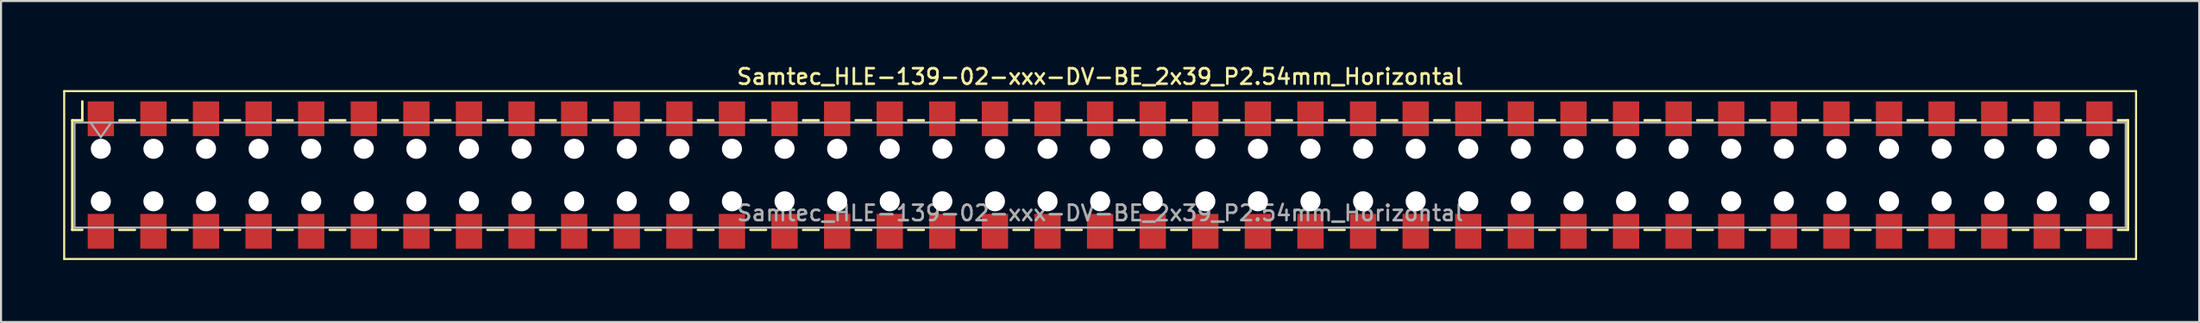
<source format=kicad_pcb>
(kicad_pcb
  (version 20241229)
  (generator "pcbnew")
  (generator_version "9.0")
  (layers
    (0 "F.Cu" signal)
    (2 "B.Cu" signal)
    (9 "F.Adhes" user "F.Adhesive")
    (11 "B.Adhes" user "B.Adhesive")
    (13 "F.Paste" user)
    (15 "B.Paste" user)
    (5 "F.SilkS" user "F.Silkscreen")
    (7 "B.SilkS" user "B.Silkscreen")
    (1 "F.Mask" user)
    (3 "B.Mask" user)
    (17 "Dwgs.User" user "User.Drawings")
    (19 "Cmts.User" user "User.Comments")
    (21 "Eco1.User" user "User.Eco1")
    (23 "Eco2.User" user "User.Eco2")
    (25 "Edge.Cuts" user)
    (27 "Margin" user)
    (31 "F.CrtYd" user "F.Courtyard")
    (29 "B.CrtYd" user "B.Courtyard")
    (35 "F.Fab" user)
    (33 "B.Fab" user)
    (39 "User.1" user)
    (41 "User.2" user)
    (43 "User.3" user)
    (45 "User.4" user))
  (footprint "Samtec_HLE-139-02-xxx-DV-BE_2x39_P2.54mm_Horizontal"
    (layer "F.Cu")
    (at 50.08 5.418)
    (property "Reference" "Samtec_HLE-139-02-xxx-DV-BE_2x39_P2.54mm_Horizontal" (at 0 -4.76 0) (layer "F.SilkS") (effects (font (size 0.75 0.75) (thickness 0.125))))
    (attr smd)
    (fp_line (start -50.03 -4.06) (end 50.03 -4.06) (stroke (width 0.1) (type solid)) (layer "F.SilkS"))
    (fp_line (start -50.03 4.06) (end -50.03 -4.06) (stroke (width 0.1) (type solid)) (layer "F.SilkS"))
    (fp_line (start -49.64 -2.65) (end -49.64 2.65) (stroke (width 0.12) (type solid)) (layer "F.SilkS"))
    (fp_line (start -49.64 2.65) (end -49.155 2.65) (stroke (width 0.12) (type solid)) (layer "F.SilkS"))
    (fp_line (start -49.155 -3.56) (end -49.155 -2.65) (stroke (width 0.12) (type solid)) (layer "F.SilkS"))
    (fp_line (start -49.155 -2.65) (end -49.64 -2.65) (stroke (width 0.12) (type solid)) (layer "F.SilkS"))
    (fp_line (start -47.365 -2.65) (end -46.615 -2.65) (stroke (width 0.12) (type solid)) (layer "F.SilkS"))
    (fp_line (start -47.365 2.65) (end -46.615 2.65) (stroke (width 0.12) (type solid)) (layer "F.SilkS"))
    (fp_line (start -44.825 -2.65) (end -44.075 -2.65) (stroke (width 0.12) (type solid)) (layer "F.SilkS"))
    (fp_line (start -44.825 2.65) (end -44.075 2.65) (stroke (width 0.12) (type solid)) (layer "F.SilkS"))
    (fp_line (start -42.285 -2.65) (end -41.535 -2.65) (stroke (width 0.12) (type solid)) (layer "F.SilkS"))
    (fp_line (start -42.285 2.65) (end -41.535 2.65) (stroke (width 0.12) (type solid)) (layer "F.SilkS"))
    (fp_line (start -39.745 -2.65) (end -38.995 -2.65) (stroke (width 0.12) (type solid)) (layer "F.SilkS"))
    (fp_line (start -39.745 2.65) (end -38.995 2.65) (stroke (width 0.12) (type solid)) (layer "F.SilkS"))
    (fp_line (start -37.205 -2.65) (end -36.455 -2.65) (stroke (width 0.12) (type solid)) (layer "F.SilkS"))
    (fp_line (start -37.205 2.65) (end -36.455 2.65) (stroke (width 0.12) (type solid)) (layer "F.SilkS"))
    (fp_line (start -34.665 -2.65) (end -33.915 -2.65) (stroke (width 0.12) (type solid)) (layer "F.SilkS"))
    (fp_line (start -34.665 2.65) (end -33.915 2.65) (stroke (width 0.12) (type solid)) (layer "F.SilkS"))
    (fp_line (start -32.125 -2.65) (end -31.375 -2.65) (stroke (width 0.12) (type solid)) (layer "F.SilkS"))
    (fp_line (start -32.125 2.65) (end -31.375 2.65) (stroke (width 0.12) (type solid)) (layer "F.SilkS"))
    (fp_line (start -29.585 -2.65) (end -28.835 -2.65) (stroke (width 0.12) (type solid)) (layer "F.SilkS"))
    (fp_line (start -29.585 2.65) (end -28.835 2.65) (stroke (width 0.12) (type solid)) (layer "F.SilkS"))
    (fp_line (start -27.045 -2.65) (end -26.295 -2.65) (stroke (width 0.12) (type solid)) (layer "F.SilkS"))
    (fp_line (start -27.045 2.65) (end -26.295 2.65) (stroke (width 0.12) (type solid)) (layer "F.SilkS"))
    (fp_line (start -24.505 -2.65) (end -23.755 -2.65) (stroke (width 0.12) (type solid)) (layer "F.SilkS"))
    (fp_line (start -24.505 2.65) (end -23.755 2.65) (stroke (width 0.12) (type solid)) (layer "F.SilkS"))
    (fp_line (start -21.965 -2.65) (end -21.215 -2.65) (stroke (width 0.12) (type solid)) (layer "F.SilkS"))
    (fp_line (start -21.965 2.65) (end -21.215 2.65) (stroke (width 0.12) (type solid)) (layer "F.SilkS"))
    (fp_line (start -19.425 -2.65) (end -18.675 -2.65) (stroke (width 0.12) (type solid)) (layer "F.SilkS"))
    (fp_line (start -19.425 2.65) (end -18.675 2.65) (stroke (width 0.12) (type solid)) (layer "F.SilkS"))
    (fp_line (start -16.885 -2.65) (end -16.135 -2.65) (stroke (width 0.12) (type solid)) (layer "F.SilkS"))
    (fp_line (start -16.885 2.65) (end -16.135 2.65) (stroke (width 0.12) (type solid)) (layer "F.SilkS"))
    (fp_line (start -14.345 -2.65) (end -13.595 -2.65) (stroke (width 0.12) (type solid)) (layer "F.SilkS"))
    (fp_line (start -14.345 2.65) (end -13.595 2.65) (stroke (width 0.12) (type solid)) (layer "F.SilkS"))
    (fp_line (start -11.805 -2.65) (end -11.055 -2.65) (stroke (width 0.12) (type solid)) (layer "F.SilkS"))
    (fp_line (start -11.805 2.65) (end -11.055 2.65) (stroke (width 0.12) (type solid)) (layer "F.SilkS"))
    (fp_line (start -9.265 -2.65) (end -8.515 -2.65) (stroke (width 0.12) (type solid)) (layer "F.SilkS"))
    (fp_line (start -9.265 2.65) (end -8.515 2.65) (stroke (width 0.12) (type solid)) (layer "F.SilkS"))
    (fp_line (start -6.725 -2.65) (end -5.975 -2.65) (stroke (width 0.12) (type solid)) (layer "F.SilkS"))
    (fp_line (start -6.725 2.65) (end -5.975 2.65) (stroke (width 0.12) (type solid)) (layer "F.SilkS"))
    (fp_line (start -4.185 -2.65) (end -3.435 -2.65) (stroke (width 0.12) (type solid)) (layer "F.SilkS"))
    (fp_line (start -4.185 2.65) (end -3.435 2.65) (stroke (width 0.12) (type solid)) (layer "F.SilkS"))
    (fp_line (start -1.645 -2.65) (end -0.895 -2.65) (stroke (width 0.12) (type solid)) (layer "F.SilkS"))
    (fp_line (start -1.645 2.65) (end -0.895 2.65) (stroke (width 0.12) (type solid)) (layer "F.SilkS"))
    (fp_line (start 0.895 -2.65) (end 1.645 -2.65) (stroke (width 0.12) (type solid)) (layer "F.SilkS"))
    (fp_line (start 0.895 2.65) (end 1.645 2.65) (stroke (width 0.12) (type solid)) (layer "F.SilkS"))
    (fp_line (start 3.435 -2.65) (end 4.185 -2.65) (stroke (width 0.12) (type solid)) (layer "F.SilkS"))
    (fp_line (start 3.435 2.65) (end 4.185 2.65) (stroke (width 0.12) (type solid)) (layer "F.SilkS"))
    (fp_line (start 5.975 -2.65) (end 6.725 -2.65) (stroke (width 0.12) (type solid)) (layer "F.SilkS"))
    (fp_line (start 5.975 2.65) (end 6.725 2.65) (stroke (width 0.12) (type solid)) (layer "F.SilkS"))
    (fp_line (start 8.515 -2.65) (end 9.265 -2.65) (stroke (width 0.12) (type solid)) (layer "F.SilkS"))
    (fp_line (start 8.515 2.65) (end 9.265 2.65) (stroke (width 0.12) (type solid)) (layer "F.SilkS"))
    (fp_line (start 11.055 -2.65) (end 11.805 -2.65) (stroke (width 0.12) (type solid)) (layer "F.SilkS"))
    (fp_line (start 11.055 2.65) (end 11.805 2.65) (stroke (width 0.12) (type solid)) (layer "F.SilkS"))
    (fp_line (start 13.595 -2.65) (end 14.345 -2.65) (stroke (width 0.12) (type solid)) (layer "F.SilkS"))
    (fp_line (start 13.595 2.65) (end 14.345 2.65) (stroke (width 0.12) (type solid)) (layer "F.SilkS"))
    (fp_line (start 16.135 -2.65) (end 16.885 -2.65) (stroke (width 0.12) (type solid)) (layer "F.SilkS"))
    (fp_line (start 16.135 2.65) (end 16.885 2.65) (stroke (width 0.12) (type solid)) (layer "F.SilkS"))
    (fp_line (start 18.675 -2.65) (end 19.425 -2.65) (stroke (width 0.12) (type solid)) (layer "F.SilkS"))
    (fp_line (start 18.675 2.65) (end 19.425 2.65) (stroke (width 0.12) (type solid)) (layer "F.SilkS"))
    (fp_line (start 21.215 -2.65) (end 21.965 -2.65) (stroke (width 0.12) (type solid)) (layer "F.SilkS"))
    (fp_line (start 21.215 2.65) (end 21.965 2.65) (stroke (width 0.12) (type solid)) (layer "F.SilkS"))
    (fp_line (start 23.755 -2.65) (end 24.505 -2.65) (stroke (width 0.12) (type solid)) (layer "F.SilkS"))
    (fp_line (start 23.755 2.65) (end 24.505 2.65) (stroke (width 0.12) (type solid)) (layer "F.SilkS"))
    (fp_line (start 26.295 -2.65) (end 27.045 -2.65) (stroke (width 0.12) (type solid)) (layer "F.SilkS"))
    (fp_line (start 26.295 2.65) (end 27.045 2.65) (stroke (width 0.12) (type solid)) (layer "F.SilkS"))
    (fp_line (start 28.835 -2.65) (end 29.585 -2.65) (stroke (width 0.12) (type solid)) (layer "F.SilkS"))
    (fp_line (start 28.835 2.65) (end 29.585 2.65) (stroke (width 0.12) (type solid)) (layer "F.SilkS"))
    (fp_line (start 31.375 -2.65) (end 32.125 -2.65) (stroke (width 0.12) (type solid)) (layer "F.SilkS"))
    (fp_line (start 31.375 2.65) (end 32.125 2.65) (stroke (width 0.12) (type solid)) (layer "F.SilkS"))
    (fp_line (start 33.915 -2.65) (end 34.665 -2.65) (stroke (width 0.12) (type solid)) (layer "F.SilkS"))
    (fp_line (start 33.915 2.65) (end 34.665 2.65) (stroke (width 0.12) (type solid)) (layer "F.SilkS"))
    (fp_line (start 36.455 -2.65) (end 37.205 -2.65) (stroke (width 0.12) (type solid)) (layer "F.SilkS"))
    (fp_line (start 36.455 2.65) (end 37.205 2.65) (stroke (width 0.12) (type solid)) (layer "F.SilkS"))
    (fp_line (start 38.995 -2.65) (end 39.745 -2.65) (stroke (width 0.12) (type solid)) (layer "F.SilkS"))
    (fp_line (start 38.995 2.65) (end 39.745 2.65) (stroke (width 0.12) (type solid)) (layer "F.SilkS"))
    (fp_line (start 41.535 -2.65) (end 42.285 -2.65) (stroke (width 0.12) (type solid)) (layer "F.SilkS"))
    (fp_line (start 41.535 2.65) (end 42.285 2.65) (stroke (width 0.12) (type solid)) (layer "F.SilkS"))
    (fp_line (start 44.075 -2.65) (end 44.825 -2.65) (stroke (width 0.12) (type solid)) (layer "F.SilkS"))
    (fp_line (start 44.075 2.65) (end 44.825 2.65) (stroke (width 0.12) (type solid)) (layer "F.SilkS"))
    (fp_line (start 46.615 -2.65) (end 47.365 -2.65) (stroke (width 0.12) (type solid)) (layer "F.SilkS"))
    (fp_line (start 46.615 2.65) (end 47.365 2.65) (stroke (width 0.12) (type solid)) (layer "F.SilkS"))
    (fp_line (start 49.155 -2.65) (end 49.64 -2.65) (stroke (width 0.12) (type solid)) (layer "F.SilkS"))
    (fp_line (start 49.64 -2.65) (end 49.64 2.65) (stroke (width 0.12) (type solid)) (layer "F.SilkS"))
    (fp_line (start 49.64 2.65) (end 49.155 2.65) (stroke (width 0.12) (type solid)) (layer "F.SilkS"))
    (fp_line (start 50.03 -4.06) (end 50.03 4.06) (stroke (width 0.1) (type solid)) (layer "F.SilkS"))
    (fp_line (start 50.03 4.06) (end -50.03 4.06) (stroke (width 0.1) (type solid)) (layer "F.SilkS"))
    (fp_line (start -49.53 -2.54) (end 49.53 -2.54) (stroke (width 0.1) (type solid)) (layer "F.Fab"))
    (fp_line (start -49.53 2.54) (end -49.53 -2.54) (stroke (width 0.1) (type solid)) (layer "F.Fab"))
    (fp_line (start -48.76 -2.54) (end -48.26 -1.833) (stroke (width 0.1) (type solid)) (layer "F.Fab"))
    (fp_line (start -48.26 -1.833) (end -47.76 -2.54) (stroke (width 0.1) (type solid)) (layer "F.Fab"))
    (fp_line (start 49.53 -2.54) (end 49.53 2.54) (stroke (width 0.1) (type solid)) (layer "F.Fab"))
    (fp_line (start 49.53 2.54) (end -49.53 2.54) (stroke (width 0.1) (type solid)) (layer "F.Fab"))
    (fp_text user "${REFERENCE}" (at 0 1.84 0) (layer "F.Fab") (effects (font (size 0.75 0.75) (thickness 0.125))))
    (pad "" np_thru_hole circle (at -48.26 -1.27) (size 0.97 0.97) (drill 0.97) (layers "*.Cu" "*.Mask"))
    (pad "" np_thru_hole circle (at -48.26 1.27) (size 0.97 0.97) (drill 0.97) (layers "*.Cu" "*.Mask"))
    (pad "" np_thru_hole circle (at -45.72 -1.27) (size 0.97 0.97) (drill 0.97) (layers "*.Cu" "*.Mask"))
    (pad "" np_thru_hole circle (at -45.72 1.27) (size 0.97 0.97) (drill 0.97) (layers "*.Cu" "*.Mask"))
    (pad "" np_thru_hole circle (at -43.18 -1.27) (size 0.97 0.97) (drill 0.97) (layers "*.Cu" "*.Mask"))
    (pad "" np_thru_hole circle (at -43.18 1.27) (size 0.97 0.97) (drill 0.97) (layers "*.Cu" "*.Mask"))
    (pad "" np_thru_hole circle (at -40.64 -1.27) (size 0.97 0.97) (drill 0.97) (layers "*.Cu" "*.Mask"))
    (pad "" np_thru_hole circle (at -40.64 1.27) (size 0.97 0.97) (drill 0.97) (layers "*.Cu" "*.Mask"))
    (pad "" np_thru_hole circle (at -38.1 -1.27) (size 0.97 0.97) (drill 0.97) (layers "*.Cu" "*.Mask"))
    (pad "" np_thru_hole circle (at -38.1 1.27) (size 0.97 0.97) (drill 0.97) (layers "*.Cu" "*.Mask"))
    (pad "" np_thru_hole circle (at -35.56 -1.27) (size 0.97 0.97) (drill 0.97) (layers "*.Cu" "*.Mask"))
    (pad "" np_thru_hole circle (at -35.56 1.27) (size 0.97 0.97) (drill 0.97) (layers "*.Cu" "*.Mask"))
    (pad "" np_thru_hole circle (at -33.02 -1.27) (size 0.97 0.97) (drill 0.97) (layers "*.Cu" "*.Mask"))
    (pad "" np_thru_hole circle (at -33.02 1.27) (size 0.97 0.97) (drill 0.97) (layers "*.Cu" "*.Mask"))
    (pad "" np_thru_hole circle (at -30.48 -1.27) (size 0.97 0.97) (drill 0.97) (layers "*.Cu" "*.Mask"))
    (pad "" np_thru_hole circle (at -30.48 1.27) (size 0.97 0.97) (drill 0.97) (layers "*.Cu" "*.Mask"))
    (pad "" np_thru_hole circle (at -27.94 -1.27) (size 0.97 0.97) (drill 0.97) (layers "*.Cu" "*.Mask"))
    (pad "" np_thru_hole circle (at -27.94 1.27) (size 0.97 0.97) (drill 0.97) (layers "*.Cu" "*.Mask"))
    (pad "" np_thru_hole circle (at -25.4 -1.27) (size 0.97 0.97) (drill 0.97) (layers "*.Cu" "*.Mask"))
    (pad "" np_thru_hole circle (at -25.4 1.27) (size 0.97 0.97) (drill 0.97) (layers "*.Cu" "*.Mask"))
    (pad "" np_thru_hole circle (at -22.86 -1.27) (size 0.97 0.97) (drill 0.97) (layers "*.Cu" "*.Mask"))
    (pad "" np_thru_hole circle (at -22.86 1.27) (size 0.97 0.97) (drill 0.97) (layers "*.Cu" "*.Mask"))
    (pad "" np_thru_hole circle (at -20.32 -1.27) (size 0.97 0.97) (drill 0.97) (layers "*.Cu" "*.Mask"))
    (pad "" np_thru_hole circle (at -20.32 1.27) (size 0.97 0.97) (drill 0.97) (layers "*.Cu" "*.Mask"))
    (pad "" np_thru_hole circle (at -17.78 -1.27) (size 0.97 0.97) (drill 0.97) (layers "*.Cu" "*.Mask"))
    (pad "" np_thru_hole circle (at -17.78 1.27) (size 0.97 0.97) (drill 0.97) (layers "*.Cu" "*.Mask"))
    (pad "" np_thru_hole circle (at -15.24 -1.27) (size 0.97 0.97) (drill 0.97) (layers "*.Cu" "*.Mask"))
    (pad "" np_thru_hole circle (at -15.24 1.27) (size 0.97 0.97) (drill 0.97) (layers "*.Cu" "*.Mask"))
    (pad "" np_thru_hole circle (at -12.7 -1.27) (size 0.97 0.97) (drill 0.97) (layers "*.Cu" "*.Mask"))
    (pad "" np_thru_hole circle (at -12.7 1.27) (size 0.97 0.97) (drill 0.97) (layers "*.Cu" "*.Mask"))
    (pad "" np_thru_hole circle (at -10.16 -1.27) (size 0.97 0.97) (drill 0.97) (layers "*.Cu" "*.Mask"))
    (pad "" np_thru_hole circle (at -10.16 1.27) (size 0.97 0.97) (drill 0.97) (layers "*.Cu" "*.Mask"))
    (pad "" np_thru_hole circle (at -7.62 -1.27) (size 0.97 0.97) (drill 0.97) (layers "*.Cu" "*.Mask"))
    (pad "" np_thru_hole circle (at -7.62 1.27) (size 0.97 0.97) (drill 0.97) (layers "*.Cu" "*.Mask"))
    (pad "" np_thru_hole circle (at -5.08 -1.27) (size 0.97 0.97) (drill 0.97) (layers "*.Cu" "*.Mask"))
    (pad "" np_thru_hole circle (at -5.08 1.27) (size 0.97 0.97) (drill 0.97) (layers "*.Cu" "*.Mask"))
    (pad "" np_thru_hole circle (at -2.54 -1.27) (size 0.97 0.97) (drill 0.97) (layers "*.Cu" "*.Mask"))
    (pad "" np_thru_hole circle (at -2.54 1.27) (size 0.97 0.97) (drill 0.97) (layers "*.Cu" "*.Mask"))
    (pad "" np_thru_hole circle (at 0 -1.27) (size 0.97 0.97) (drill 0.97) (layers "*.Cu" "*.Mask"))
    (pad "" np_thru_hole circle (at 0 1.27) (size 0.97 0.97) (drill 0.97) (layers "*.Cu" "*.Mask"))
    (pad "" np_thru_hole circle (at 2.54 -1.27) (size 0.97 0.97) (drill 0.97) (layers "*.Cu" "*.Mask"))
    (pad "" np_thru_hole circle (at 2.54 1.27) (size 0.97 0.97) (drill 0.97) (layers "*.Cu" "*.Mask"))
    (pad "" np_thru_hole circle (at 5.08 -1.27) (size 0.97 0.97) (drill 0.97) (layers "*.Cu" "*.Mask"))
    (pad "" np_thru_hole circle (at 5.08 1.27) (size 0.97 0.97) (drill 0.97) (layers "*.Cu" "*.Mask"))
    (pad "" np_thru_hole circle (at 7.62 -1.27) (size 0.97 0.97) (drill 0.97) (layers "*.Cu" "*.Mask"))
    (pad "" np_thru_hole circle (at 7.62 1.27) (size 0.97 0.97) (drill 0.97) (layers "*.Cu" "*.Mask"))
    (pad "" np_thru_hole circle (at 10.16 -1.27) (size 0.97 0.97) (drill 0.97) (layers "*.Cu" "*.Mask"))
    (pad "" np_thru_hole circle (at 10.16 1.27) (size 0.97 0.97) (drill 0.97) (layers "*.Cu" "*.Mask"))
    (pad "" np_thru_hole circle (at 12.7 -1.27) (size 0.97 0.97) (drill 0.97) (layers "*.Cu" "*.Mask"))
    (pad "" np_thru_hole circle (at 12.7 1.27) (size 0.97 0.97) (drill 0.97) (layers "*.Cu" "*.Mask"))
    (pad "" np_thru_hole circle (at 15.24 -1.27) (size 0.97 0.97) (drill 0.97) (layers "*.Cu" "*.Mask"))
    (pad "" np_thru_hole circle (at 15.24 1.27) (size 0.97 0.97) (drill 0.97) (layers "*.Cu" "*.Mask"))
    (pad "" np_thru_hole circle (at 17.78 -1.27) (size 0.97 0.97) (drill 0.97) (layers "*.Cu" "*.Mask"))
    (pad "" np_thru_hole circle (at 17.78 1.27) (size 0.97 0.97) (drill 0.97) (layers "*.Cu" "*.Mask"))
    (pad "" np_thru_hole circle (at 20.32 -1.27) (size 0.97 0.97) (drill 0.97) (layers "*.Cu" "*.Mask"))
    (pad "" np_thru_hole circle (at 20.32 1.27) (size 0.97 0.97) (drill 0.97) (layers "*.Cu" "*.Mask"))
    (pad "" np_thru_hole circle (at 22.86 -1.27) (size 0.97 0.97) (drill 0.97) (layers "*.Cu" "*.Mask"))
    (pad "" np_thru_hole circle (at 22.86 1.27) (size 0.97 0.97) (drill 0.97) (layers "*.Cu" "*.Mask"))
    (pad "" np_thru_hole circle (at 25.4 -1.27) (size 0.97 0.97) (drill 0.97) (layers "*.Cu" "*.Mask"))
    (pad "" np_thru_hole circle (at 25.4 1.27) (size 0.97 0.97) (drill 0.97) (layers "*.Cu" "*.Mask"))
    (pad "" np_thru_hole circle (at 27.94 -1.27) (size 0.97 0.97) (drill 0.97) (layers "*.Cu" "*.Mask"))
    (pad "" np_thru_hole circle (at 27.94 1.27) (size 0.97 0.97) (drill 0.97) (layers "*.Cu" "*.Mask"))
    (pad "" np_thru_hole circle (at 30.48 -1.27) (size 0.97 0.97) (drill 0.97) (layers "*.Cu" "*.Mask"))
    (pad "" np_thru_hole circle (at 30.48 1.27) (size 0.97 0.97) (drill 0.97) (layers "*.Cu" "*.Mask"))
    (pad "" np_thru_hole circle (at 33.02 -1.27) (size 0.97 0.97) (drill 0.97) (layers "*.Cu" "*.Mask"))
    (pad "" np_thru_hole circle (at 33.02 1.27) (size 0.97 0.97) (drill 0.97) (layers "*.Cu" "*.Mask"))
    (pad "" np_thru_hole circle (at 35.56 -1.27) (size 0.97 0.97) (drill 0.97) (layers "*.Cu" "*.Mask"))
    (pad "" np_thru_hole circle (at 35.56 1.27) (size 0.97 0.97) (drill 0.97) (layers "*.Cu" "*.Mask"))
    (pad "" np_thru_hole circle (at 38.1 -1.27) (size 0.97 0.97) (drill 0.97) (layers "*.Cu" "*.Mask"))
    (pad "" np_thru_hole circle (at 38.1 1.27) (size 0.97 0.97) (drill 0.97) (layers "*.Cu" "*.Mask"))
    (pad "" np_thru_hole circle (at 40.64 -1.27) (size 0.97 0.97) (drill 0.97) (layers "*.Cu" "*.Mask"))
    (pad "" np_thru_hole circle (at 40.64 1.27) (size 0.97 0.97) (drill 0.97) (layers "*.Cu" "*.Mask"))
    (pad "" np_thru_hole circle (at 43.18 -1.27) (size 0.97 0.97) (drill 0.97) (layers "*.Cu" "*.Mask"))
    (pad "" np_thru_hole circle (at 43.18 1.27) (size 0.97 0.97) (drill 0.97) (layers "*.Cu" "*.Mask"))
    (pad "" np_thru_hole circle (at 45.72 -1.27) (size 0.97 0.97) (drill 0.97) (layers "*.Cu" "*.Mask"))
    (pad "" np_thru_hole circle (at 45.72 1.27) (size 0.97 0.97) (drill 0.97) (layers "*.Cu" "*.Mask"))
    (pad "" np_thru_hole circle (at 48.26 -1.27) (size 0.97 0.97) (drill 0.97) (layers "*.Cu" "*.Mask"))
    (pad "" np_thru_hole circle (at 48.26 1.27) (size 0.97 0.97) (drill 0.97) (layers "*.Cu" "*.Mask"))
    (pad "1" smd rect (at -48.26 -2.72) (size 1.27 1.68) (layers "F.Cu" "F.Mask" "F.Paste"))
    (pad "2" smd rect (at -48.26 2.72) (size 1.27 1.68) (layers "F.Cu" "F.Mask" "F.Paste"))
    (pad "3" smd rect (at -45.72 -2.72) (size 1.27 1.68) (layers "F.Cu" "F.Mask" "F.Paste"))
    (pad "4" smd rect (at -45.72 2.72) (size 1.27 1.68) (layers "F.Cu" "F.Mask" "F.Paste"))
    (pad "5" smd rect (at -43.18 -2.72) (size 1.27 1.68) (layers "F.Cu" "F.Mask" "F.Paste"))
    (pad "6" smd rect (at -43.18 2.72) (size 1.27 1.68) (layers "F.Cu" "F.Mask" "F.Paste"))
    (pad "7" smd rect (at -40.64 -2.72) (size 1.27 1.68) (layers "F.Cu" "F.Mask" "F.Paste"))
    (pad "8" smd rect (at -40.64 2.72) (size 1.27 1.68) (layers "F.Cu" "F.Mask" "F.Paste"))
    (pad "9" smd rect (at -38.1 -2.72) (size 1.27 1.68) (layers "F.Cu" "F.Mask" "F.Paste"))
    (pad "10" smd rect (at -38.1 2.72) (size 1.27 1.68) (layers "F.Cu" "F.Mask" "F.Paste"))
    (pad "11" smd rect (at -35.56 -2.72) (size 1.27 1.68) (layers "F.Cu" "F.Mask" "F.Paste"))
    (pad "12" smd rect (at -35.56 2.72) (size 1.27 1.68) (layers "F.Cu" "F.Mask" "F.Paste"))
    (pad "13" smd rect (at -33.02 -2.72) (size 1.27 1.68) (layers "F.Cu" "F.Mask" "F.Paste"))
    (pad "14" smd rect (at -33.02 2.72) (size 1.27 1.68) (layers "F.Cu" "F.Mask" "F.Paste"))
    (pad "15" smd rect (at -30.48 -2.72) (size 1.27 1.68) (layers "F.Cu" "F.Mask" "F.Paste"))
    (pad "16" smd rect (at -30.48 2.72) (size 1.27 1.68) (layers "F.Cu" "F.Mask" "F.Paste"))
    (pad "17" smd rect (at -27.94 -2.72) (size 1.27 1.68) (layers "F.Cu" "F.Mask" "F.Paste"))
    (pad "18" smd rect (at -27.94 2.72) (size 1.27 1.68) (layers "F.Cu" "F.Mask" "F.Paste"))
    (pad "19" smd rect (at -25.4 -2.72) (size 1.27 1.68) (layers "F.Cu" "F.Mask" "F.Paste"))
    (pad "20" smd rect (at -25.4 2.72) (size 1.27 1.68) (layers "F.Cu" "F.Mask" "F.Paste"))
    (pad "21" smd rect (at -22.86 -2.72) (size 1.27 1.68) (layers "F.Cu" "F.Mask" "F.Paste"))
    (pad "22" smd rect (at -22.86 2.72) (size 1.27 1.68) (layers "F.Cu" "F.Mask" "F.Paste"))
    (pad "23" smd rect (at -20.32 -2.72) (size 1.27 1.68) (layers "F.Cu" "F.Mask" "F.Paste"))
    (pad "24" smd rect (at -20.32 2.72) (size 1.27 1.68) (layers "F.Cu" "F.Mask" "F.Paste"))
    (pad "25" smd rect (at -17.78 -2.72) (size 1.27 1.68) (layers "F.Cu" "F.Mask" "F.Paste"))
    (pad "26" smd rect (at -17.78 2.72) (size 1.27 1.68) (layers "F.Cu" "F.Mask" "F.Paste"))
    (pad "27" smd rect (at -15.24 -2.72) (size 1.27 1.68) (layers "F.Cu" "F.Mask" "F.Paste"))
    (pad "28" smd rect (at -15.24 2.72) (size 1.27 1.68) (layers "F.Cu" "F.Mask" "F.Paste"))
    (pad "29" smd rect (at -12.7 -2.72) (size 1.27 1.68) (layers "F.Cu" "F.Mask" "F.Paste"))
    (pad "30" smd rect (at -12.7 2.72) (size 1.27 1.68) (layers "F.Cu" "F.Mask" "F.Paste"))
    (pad "31" smd rect (at -10.16 -2.72) (size 1.27 1.68) (layers "F.Cu" "F.Mask" "F.Paste"))
    (pad "32" smd rect (at -10.16 2.72) (size 1.27 1.68) (layers "F.Cu" "F.Mask" "F.Paste"))
    (pad "33" smd rect (at -7.62 -2.72) (size 1.27 1.68) (layers "F.Cu" "F.Mask" "F.Paste"))
    (pad "34" smd rect (at -7.62 2.72) (size 1.27 1.68) (layers "F.Cu" "F.Mask" "F.Paste"))
    (pad "35" smd rect (at -5.08 -2.72) (size 1.27 1.68) (layers "F.Cu" "F.Mask" "F.Paste"))
    (pad "36" smd rect (at -5.08 2.72) (size 1.27 1.68) (layers "F.Cu" "F.Mask" "F.Paste"))
    (pad "37" smd rect (at -2.54 -2.72) (size 1.27 1.68) (layers "F.Cu" "F.Mask" "F.Paste"))
    (pad "38" smd rect (at -2.54 2.72) (size 1.27 1.68) (layers "F.Cu" "F.Mask" "F.Paste"))
    (pad "39" smd rect (at 0 -2.72) (size 1.27 1.68) (layers "F.Cu" "F.Mask" "F.Paste"))
    (pad "40" smd rect (at 0 2.72) (size 1.27 1.68) (layers "F.Cu" "F.Mask" "F.Paste"))
    (pad "41" smd rect (at 2.54 -2.72) (size 1.27 1.68) (layers "F.Cu" "F.Mask" "F.Paste"))
    (pad "42" smd rect (at 2.54 2.72) (size 1.27 1.68) (layers "F.Cu" "F.Mask" "F.Paste"))
    (pad "43" smd rect (at 5.08 -2.72) (size 1.27 1.68) (layers "F.Cu" "F.Mask" "F.Paste"))
    (pad "44" smd rect (at 5.08 2.72) (size 1.27 1.68) (layers "F.Cu" "F.Mask" "F.Paste"))
    (pad "45" smd rect (at 7.62 -2.72) (size 1.27 1.68) (layers "F.Cu" "F.Mask" "F.Paste"))
    (pad "46" smd rect (at 7.62 2.72) (size 1.27 1.68) (layers "F.Cu" "F.Mask" "F.Paste"))
    (pad "47" smd rect (at 10.16 -2.72) (size 1.27 1.68) (layers "F.Cu" "F.Mask" "F.Paste"))
    (pad "48" smd rect (at 10.16 2.72) (size 1.27 1.68) (layers "F.Cu" "F.Mask" "F.Paste"))
    (pad "49" smd rect (at 12.7 -2.72) (size 1.27 1.68) (layers "F.Cu" "F.Mask" "F.Paste"))
    (pad "50" smd rect (at 12.7 2.72) (size 1.27 1.68) (layers "F.Cu" "F.Mask" "F.Paste"))
    (pad "51" smd rect (at 15.24 -2.72) (size 1.27 1.68) (layers "F.Cu" "F.Mask" "F.Paste"))
    (pad "52" smd rect (at 15.24 2.72) (size 1.27 1.68) (layers "F.Cu" "F.Mask" "F.Paste"))
    (pad "53" smd rect (at 17.78 -2.72) (size 1.27 1.68) (layers "F.Cu" "F.Mask" "F.Paste"))
    (pad "54" smd rect (at 17.78 2.72) (size 1.27 1.68) (layers "F.Cu" "F.Mask" "F.Paste"))
    (pad "55" smd rect (at 20.32 -2.72) (size 1.27 1.68) (layers "F.Cu" "F.Mask" "F.Paste"))
    (pad "56" smd rect (at 20.32 2.72) (size 1.27 1.68) (layers "F.Cu" "F.Mask" "F.Paste"))
    (pad "57" smd rect (at 22.86 -2.72) (size 1.27 1.68) (layers "F.Cu" "F.Mask" "F.Paste"))
    (pad "58" smd rect (at 22.86 2.72) (size 1.27 1.68) (layers "F.Cu" "F.Mask" "F.Paste"))
    (pad "59" smd rect (at 25.4 -2.72) (size 1.27 1.68) (layers "F.Cu" "F.Mask" "F.Paste"))
    (pad "60" smd rect (at 25.4 2.72) (size 1.27 1.68) (layers "F.Cu" "F.Mask" "F.Paste"))
    (pad "61" smd rect (at 27.94 -2.72) (size 1.27 1.68) (layers "F.Cu" "F.Mask" "F.Paste"))
    (pad "62" smd rect (at 27.94 2.72) (size 1.27 1.68) (layers "F.Cu" "F.Mask" "F.Paste"))
    (pad "63" smd rect (at 30.48 -2.72) (size 1.27 1.68) (layers "F.Cu" "F.Mask" "F.Paste"))
    (pad "64" smd rect (at 30.48 2.72) (size 1.27 1.68) (layers "F.Cu" "F.Mask" "F.Paste"))
    (pad "65" smd rect (at 33.02 -2.72) (size 1.27 1.68) (layers "F.Cu" "F.Mask" "F.Paste"))
    (pad "66" smd rect (at 33.02 2.72) (size 1.27 1.68) (layers "F.Cu" "F.Mask" "F.Paste"))
    (pad "67" smd rect (at 35.56 -2.72) (size 1.27 1.68) (layers "F.Cu" "F.Mask" "F.Paste"))
    (pad "68" smd rect (at 35.56 2.72) (size 1.27 1.68) (layers "F.Cu" "F.Mask" "F.Paste"))
    (pad "69" smd rect (at 38.1 -2.72) (size 1.27 1.68) (layers "F.Cu" "F.Mask" "F.Paste"))
    (pad "70" smd rect (at 38.1 2.72) (size 1.27 1.68) (layers "F.Cu" "F.Mask" "F.Paste"))
    (pad "71" smd rect (at 40.64 -2.72) (size 1.27 1.68) (layers "F.Cu" "F.Mask" "F.Paste"))
    (pad "72" smd rect (at 40.64 2.72) (size 1.27 1.68) (layers "F.Cu" "F.Mask" "F.Paste"))
    (pad "73" smd rect (at 43.18 -2.72) (size 1.27 1.68) (layers "F.Cu" "F.Mask" "F.Paste"))
    (pad "74" smd rect (at 43.18 2.72) (size 1.27 1.68) (layers "F.Cu" "F.Mask" "F.Paste"))
    (pad "75" smd rect (at 45.72 -2.72) (size 1.27 1.68) (layers "F.Cu" "F.Mask" "F.Paste"))
    (pad "76" smd rect (at 45.72 2.72) (size 1.27 1.68) (layers "F.Cu" "F.Mask" "F.Paste"))
    (pad "77" smd rect (at 48.26 -2.72) (size 1.27 1.68) (layers "F.Cu" "F.Mask" "F.Paste"))
    (pad "78" smd rect (at 48.26 2.72) (size 1.27 1.68) (layers "F.Cu" "F.Mask" "F.Paste")))
  (gr_rect
    (start -3 -3)
    (end 103.16 12.528)
    (stroke (width 0.1) (type default))
    (fill no)
    (layer "Edge.Cuts")))
</source>
